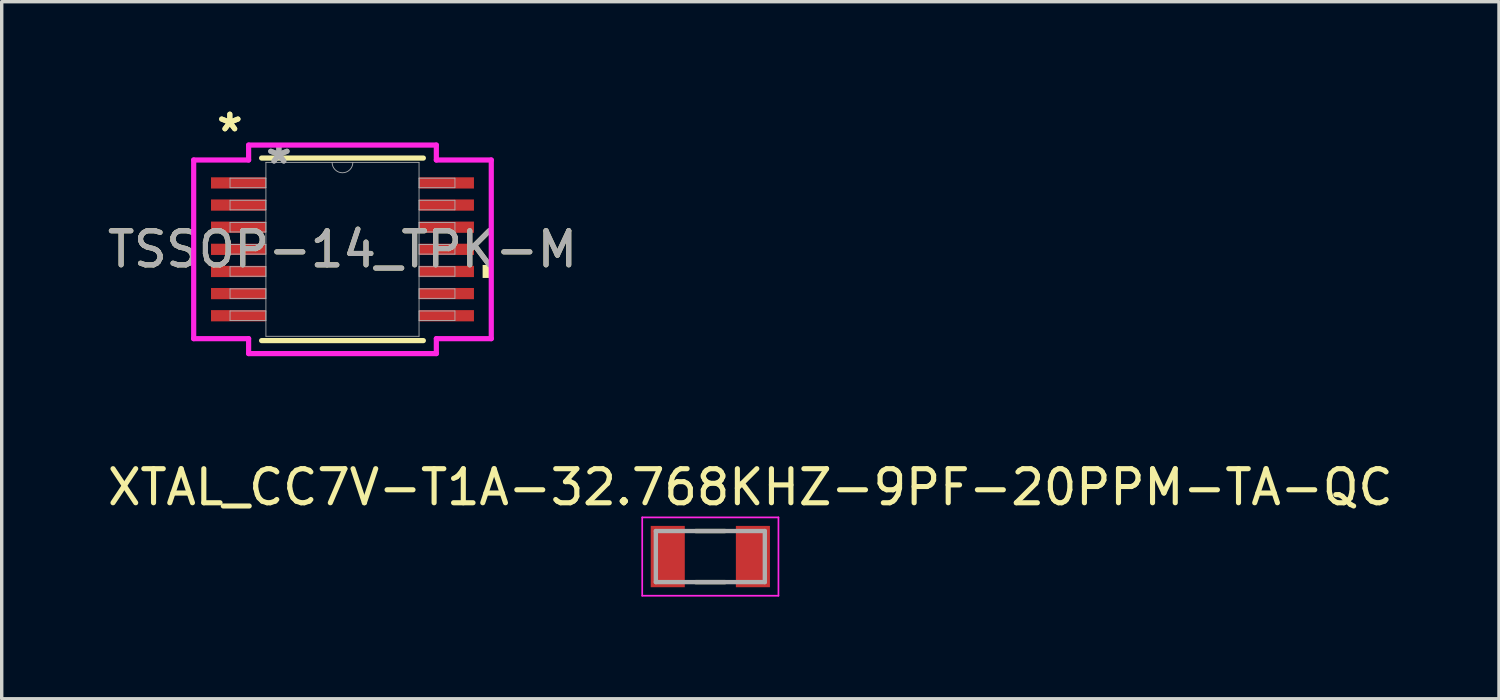
<source format=kicad_pcb>
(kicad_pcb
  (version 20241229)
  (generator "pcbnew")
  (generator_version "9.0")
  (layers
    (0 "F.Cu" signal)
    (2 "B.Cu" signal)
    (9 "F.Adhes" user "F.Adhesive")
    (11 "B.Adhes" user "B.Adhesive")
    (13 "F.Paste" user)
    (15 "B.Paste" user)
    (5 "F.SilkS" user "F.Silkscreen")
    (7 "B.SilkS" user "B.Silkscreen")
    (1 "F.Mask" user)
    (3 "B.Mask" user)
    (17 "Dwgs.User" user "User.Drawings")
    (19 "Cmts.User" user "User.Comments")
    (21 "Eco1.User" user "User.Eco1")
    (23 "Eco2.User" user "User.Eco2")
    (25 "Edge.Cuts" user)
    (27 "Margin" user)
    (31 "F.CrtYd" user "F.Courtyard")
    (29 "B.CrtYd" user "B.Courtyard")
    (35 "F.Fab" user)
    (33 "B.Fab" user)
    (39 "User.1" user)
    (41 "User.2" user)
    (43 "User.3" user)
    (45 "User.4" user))
  (footprint "XTAL_CC7V-T1A-32.768KHZ-9PF-20PPM-TA-QC"
    (layer "F.Cu")
    (at 17.807 13.292)
    (property "Reference" "XTAL_CC7V-T1A-32.768KHZ-9PF-20PPM-TA-QC" (at 1.175 -2.035 0) (layer "F.SilkS") (effects (font (size 1 1) (thickness 0.15))))
    (attr smd)
    (fp_line (start -0.43 -0.75) (end 0.43 -0.75) (stroke (width 0.127) (type solid)) (layer "F.SilkS"))
    (fp_line (start -0.43 0.75) (end 0.43 0.75) (stroke (width 0.127) (type solid)) (layer "F.SilkS"))
    (fp_line (start -2 -1.15) (end -2 1.15) (stroke (width 0.05) (type solid)) (layer "F.CrtYd"))
    (fp_line (start -2 1.15) (end 2 1.15) (stroke (width 0.05) (type solid)) (layer "F.CrtYd"))
    (fp_line (start 2 -1.15) (end -2 -1.15) (stroke (width 0.05) (type solid)) (layer "F.CrtYd"))
    (fp_line (start 2 1.15) (end 2 -1.15) (stroke (width 0.05) (type solid)) (layer "F.CrtYd"))
    (fp_line (start -1.6 -0.75) (end -1.6 0.75) (stroke (width 0.127) (type solid)) (layer "F.Fab"))
    (fp_line (start -1.6 -0.75) (end 1.6 -0.75) (stroke (width 0.127) (type solid)) (layer "F.Fab"))
    (fp_line (start -1.6 0.75) (end 1.6 0.75) (stroke (width 0.127) (type solid)) (layer "F.Fab"))
    (fp_line (start 1.6 -0.75) (end 1.6 0.75) (stroke (width 0.127) (type solid)) (layer "F.Fab"))
    (pad "1" smd rect (at -1.25 0) (size 1 1.8) (layers "F.Cu" "F.Mask" "F.Paste"))
    (pad "2" smd rect (at 1.25 0) (size 1 1.8) (layers "F.Cu" "F.Mask" "F.Paste")))
  (footprint "TSSOP-14_TPK-M"
    (layer "F.Cu")
    (at 7.006 4.271)
    (property "Reference" "TSSOP-14_TPK-M" (at 0 0 0) (unlocked yes) (layer "F.SilkS") (effects (font (size 1 1) (thickness 0.15))))
    (attr smd)
    (fp_line (start -2.375 2.68) (end 2.375 2.68) (stroke (width 0.152) (type solid)) (layer "F.SilkS"))
    (fp_line (start 2.375 -2.68) (end -2.375 -2.68) (stroke (width 0.152) (type solid)) (layer "F.SilkS"))
    (fp_poly (pts (xy 4.369 0.459) (xy 4.369 0.84) (xy 4.115 0.84) (xy 4.115 0.459)) (stroke (width 0) (type solid)) (fill yes) (layer "F.SilkS"))
    (fp_line (start -4.369 -2.623) (end -2.756 -2.623) (stroke (width 0.152) (type solid)) (layer "F.CrtYd"))
    (fp_line (start -4.369 2.623) (end -4.369 -2.623) (stroke (width 0.152) (type solid)) (layer "F.CrtYd"))
    (fp_line (start -4.369 2.623) (end -2.756 2.623) (stroke (width 0.152) (type solid)) (layer "F.CrtYd"))
    (fp_line (start -2.756 -3.061) (end 2.756 -3.061) (stroke (width 0.152) (type solid)) (layer "F.CrtYd"))
    (fp_line (start -2.756 -2.623) (end -2.756 -3.061) (stroke (width 0.152) (type solid)) (layer "F.CrtYd"))
    (fp_line (start -2.756 3.061) (end -2.756 2.623) (stroke (width 0.152) (type solid)) (layer "F.CrtYd"))
    (fp_line (start 2.756 -3.061) (end 2.756 -2.623) (stroke (width 0.152) (type solid)) (layer "F.CrtYd"))
    (fp_line (start 2.756 2.623) (end 2.756 3.061) (stroke (width 0.152) (type solid)) (layer "F.CrtYd"))
    (fp_line (start 2.756 3.061) (end -2.756 3.061) (stroke (width 0.152) (type solid)) (layer "F.CrtYd"))
    (fp_line (start 4.369 -2.623) (end 2.756 -2.623) (stroke (width 0.152) (type solid)) (layer "F.CrtYd"))
    (fp_line (start 4.369 -2.623) (end 4.369 2.623) (stroke (width 0.152) (type solid)) (layer "F.CrtYd"))
    (fp_line (start 4.369 2.623) (end 2.756 2.623) (stroke (width 0.152) (type solid)) (layer "F.CrtYd"))
    (fp_line (start -3.302 -2.09) (end -3.302 -1.81) (stroke (width 0.025) (type solid)) (layer "F.Fab"))
    (fp_line (start -3.302 -1.81) (end -2.248 -1.81) (stroke (width 0.025) (type solid)) (layer "F.Fab"))
    (fp_line (start -3.302 -1.44) (end -3.302 -1.16) (stroke (width 0.025) (type solid)) (layer "F.Fab"))
    (fp_line (start -3.302 -1.16) (end -2.248 -1.16) (stroke (width 0.025) (type solid)) (layer "F.Fab"))
    (fp_line (start -3.302 -0.79) (end -3.302 -0.51) (stroke (width 0.025) (type solid)) (layer "F.Fab"))
    (fp_line (start -3.302 -0.51) (end -2.248 -0.51) (stroke (width 0.025) (type solid)) (layer "F.Fab"))
    (fp_line (start -3.302 -0.14) (end -3.302 0.14) (stroke (width 0.025) (type solid)) (layer "F.Fab"))
    (fp_line (start -3.302 0.14) (end -2.248 0.14) (stroke (width 0.025) (type solid)) (layer "F.Fab"))
    (fp_line (start -3.302 0.51) (end -3.302 0.79) (stroke (width 0.025) (type solid)) (layer "F.Fab"))
    (fp_line (start -3.302 0.79) (end -2.248 0.79) (stroke (width 0.025) (type solid)) (layer "F.Fab"))
    (fp_line (start -3.302 1.16) (end -3.302 1.44) (stroke (width 0.025) (type solid)) (layer "F.Fab"))
    (fp_line (start -3.302 1.44) (end -2.248 1.44) (stroke (width 0.025) (type solid)) (layer "F.Fab"))
    (fp_line (start -3.302 1.81) (end -3.302 2.09) (stroke (width 0.025) (type solid)) (layer "F.Fab"))
    (fp_line (start -3.302 2.09) (end -2.248 2.09) (stroke (width 0.025) (type solid)) (layer "F.Fab"))
    (fp_line (start -2.248 -2.553) (end -2.248 2.553) (stroke (width 0.025) (type solid)) (layer "F.Fab"))
    (fp_line (start -2.248 -2.09) (end -3.302 -2.09) (stroke (width 0.025) (type solid)) (layer "F.Fab"))
    (fp_line (start -2.248 -1.81) (end -2.248 -2.09) (stroke (width 0.025) (type solid)) (layer "F.Fab"))
    (fp_line (start -2.248 -1.44) (end -3.302 -1.44) (stroke (width 0.025) (type solid)) (layer "F.Fab"))
    (fp_line (start -2.248 -1.16) (end -2.248 -1.44) (stroke (width 0.025) (type solid)) (layer "F.Fab"))
    (fp_line (start -2.248 -0.79) (end -3.302 -0.79) (stroke (width 0.025) (type solid)) (layer "F.Fab"))
    (fp_line (start -2.248 -0.51) (end -2.248 -0.79) (stroke (width 0.025) (type solid)) (layer "F.Fab"))
    (fp_line (start -2.248 -0.14) (end -3.302 -0.14) (stroke (width 0.025) (type solid)) (layer "F.Fab"))
    (fp_line (start -2.248 0.14) (end -2.248 -0.14) (stroke (width 0.025) (type solid)) (layer "F.Fab"))
    (fp_line (start -2.248 0.51) (end -3.302 0.51) (stroke (width 0.025) (type solid)) (layer "F.Fab"))
    (fp_line (start -2.248 0.79) (end -2.248 0.51) (stroke (width 0.025) (type solid)) (layer "F.Fab"))
    (fp_line (start -2.248 1.16) (end -3.302 1.16) (stroke (width 0.025) (type solid)) (layer "F.Fab"))
    (fp_line (start -2.248 1.44) (end -2.248 1.16) (stroke (width 0.025) (type solid)) (layer "F.Fab"))
    (fp_line (start -2.248 1.81) (end -3.302 1.81) (stroke (width 0.025) (type solid)) (layer "F.Fab"))
    (fp_line (start -2.248 2.09) (end -2.248 1.81) (stroke (width 0.025) (type solid)) (layer "F.Fab"))
    (fp_line (start -2.248 2.553) (end 2.248 2.553) (stroke (width 0.025) (type solid)) (layer "F.Fab"))
    (fp_line (start 2.248 -2.553) (end -2.248 -2.553) (stroke (width 0.025) (type solid)) (layer "F.Fab"))
    (fp_line (start 2.248 -2.09) (end 2.248 -1.81) (stroke (width 0.025) (type solid)) (layer "F.Fab"))
    (fp_line (start 2.248 -1.81) (end 3.302 -1.81) (stroke (width 0.025) (type solid)) (layer "F.Fab"))
    (fp_line (start 2.248 -1.44) (end 2.248 -1.16) (stroke (width 0.025) (type solid)) (layer "F.Fab"))
    (fp_line (start 2.248 -1.16) (end 3.302 -1.16) (stroke (width 0.025) (type solid)) (layer "F.Fab"))
    (fp_line (start 2.248 -0.79) (end 2.248 -0.51) (stroke (width 0.025) (type solid)) (layer "F.Fab"))
    (fp_line (start 2.248 -0.51) (end 3.302 -0.51) (stroke (width 0.025) (type solid)) (layer "F.Fab"))
    (fp_line (start 2.248 -0.14) (end 2.248 0.14) (stroke (width 0.025) (type solid)) (layer "F.Fab"))
    (fp_line (start 2.248 0.14) (end 3.302 0.14) (stroke (width 0.025) (type solid)) (layer "F.Fab"))
    (fp_line (start 2.248 0.51) (end 2.248 0.79) (stroke (width 0.025) (type solid)) (layer "F.Fab"))
    (fp_line (start 2.248 0.79) (end 3.302 0.79) (stroke (width 0.025) (type solid)) (layer "F.Fab"))
    (fp_line (start 2.248 1.16) (end 2.248 1.44) (stroke (width 0.025) (type solid)) (layer "F.Fab"))
    (fp_line (start 2.248 1.44) (end 3.302 1.44) (stroke (width 0.025) (type solid)) (layer "F.Fab"))
    (fp_line (start 2.248 1.81) (end 2.248 2.09) (stroke (width 0.025) (type solid)) (layer "F.Fab"))
    (fp_line (start 2.248 2.09) (end 3.302 2.09) (stroke (width 0.025) (type solid)) (layer "F.Fab"))
    (fp_line (start 2.248 2.553) (end 2.248 -2.553) (stroke (width 0.025) (type solid)) (layer "F.Fab"))
    (fp_line (start 3.302 -2.09) (end 2.248 -2.09) (stroke (width 0.025) (type solid)) (layer "F.Fab"))
    (fp_line (start 3.302 -1.81) (end 3.302 -2.09) (stroke (width 0.025) (type solid)) (layer "F.Fab"))
    (fp_line (start 3.302 -1.44) (end 2.248 -1.44) (stroke (width 0.025) (type solid)) (layer "F.Fab"))
    (fp_line (start 3.302 -1.16) (end 3.302 -1.44) (stroke (width 0.025) (type solid)) (layer "F.Fab"))
    (fp_line (start 3.302 -0.79) (end 2.248 -0.79) (stroke (width 0.025) (type solid)) (layer "F.Fab"))
    (fp_line (start 3.302 -0.51) (end 3.302 -0.79) (stroke (width 0.025) (type solid)) (layer "F.Fab"))
    (fp_line (start 3.302 -0.14) (end 2.248 -0.14) (stroke (width 0.025) (type solid)) (layer "F.Fab"))
    (fp_line (start 3.302 0.14) (end 3.302 -0.14) (stroke (width 0.025) (type solid)) (layer "F.Fab"))
    (fp_line (start 3.302 0.51) (end 2.248 0.51) (stroke (width 0.025) (type solid)) (layer "F.Fab"))
    (fp_line (start 3.302 0.79) (end 3.302 0.51) (stroke (width 0.025) (type solid)) (layer "F.Fab"))
    (fp_line (start 3.302 1.16) (end 2.248 1.16) (stroke (width 0.025) (type solid)) (layer "F.Fab"))
    (fp_line (start 3.302 1.44) (end 3.302 1.16) (stroke (width 0.025) (type solid)) (layer "F.Fab"))
    (fp_line (start 3.302 1.81) (end 2.248 1.81) (stroke (width 0.025) (type solid)) (layer "F.Fab"))
    (fp_line (start 3.302 2.09) (end 3.302 1.81) (stroke (width 0.025) (type solid)) (layer "F.Fab"))
    (fp_arc (start 0.3048 -2.5527) (mid 0 -2.2479) (end -0.3048 -2.5527) (stroke (width 0.0254) (type solid)) (layer "F.Fab"))
    (fp_text user "*" (at -3.308 -3.423 0) (unlocked yes) (layer "F.SilkS") (effects (font (size 1 1) (thickness 0.15))))
    (fp_text user "*" (at -3.308 -3.423 0) (layer "F.SilkS") (effects (font (size 1 1) (thickness 0.15))))
    (fp_text user "*" (at -1.867 -2.477 0) (unlocked yes) (layer "F.Fab") (effects (font (size 1 1) (thickness 0.15))))
    (fp_text user "*" (at -1.867 -2.477 0) (layer "F.Fab") (effects (font (size 1 1) (thickness 0.15))))
    (fp_text user "${REFERENCE}" (at 0 0 0) (unlocked yes) (layer "F.Fab") (effects (font (size 1 1) (thickness 0.15))))
    (pad "1" smd rect (at -3.054 -1.95) (size 1.613 0.33) (layers "F.Cu" "F.Mask" "F.Paste"))
    (pad "2" smd rect (at -3.054 -1.3) (size 1.613 0.33) (layers "F.Cu" "F.Mask" "F.Paste"))
    (pad "3" smd rect (at -3.054 -0.65) (size 1.613 0.33) (layers "F.Cu" "F.Mask" "F.Paste"))
    (pad "4" smd rect (at -3.054 0) (size 1.613 0.33) (layers "F.Cu" "F.Mask" "F.Paste"))
    (pad "5" smd rect (at -3.054 0.65) (size 1.613 0.33) (layers "F.Cu" "F.Mask" "F.Paste"))
    (pad "6" smd rect (at -3.054 1.3) (size 1.613 0.33) (layers "F.Cu" "F.Mask" "F.Paste"))
    (pad "7" smd rect (at -3.054 1.95) (size 1.613 0.33) (layers "F.Cu" "F.Mask" "F.Paste"))
    (pad "8" smd rect (at 3.054 1.95) (size 1.613 0.33) (layers "F.Cu" "F.Mask" "F.Paste"))
    (pad "9" smd rect (at 3.054 1.3) (size 1.613 0.33) (layers "F.Cu" "F.Mask" "F.Paste"))
    (pad "10" smd rect (at 3.054 0.65) (size 1.613 0.33) (layers "F.Cu" "F.Mask" "F.Paste"))
    (pad "11" smd rect (at 3.054 0) (size 1.613 0.33) (layers "F.Cu" "F.Mask" "F.Paste"))
    (pad "12" smd rect (at 3.054 -0.65) (size 1.613 0.33) (layers "F.Cu" "F.Mask" "F.Paste"))
    (pad "13" smd rect (at 3.054 -1.3) (size 1.613 0.33) (layers "F.Cu" "F.Mask" "F.Paste"))
    (pad "14" smd rect (at 3.054 -1.95) (size 1.613 0.33) (layers "F.Cu" "F.Mask" "F.Paste")))
  (gr_rect
    (start -3 -3)
    (end 40.964 17.467)
    (stroke (width 0.1) (type default))
    (fill no)
    (layer "Edge.Cuts")))
</source>
